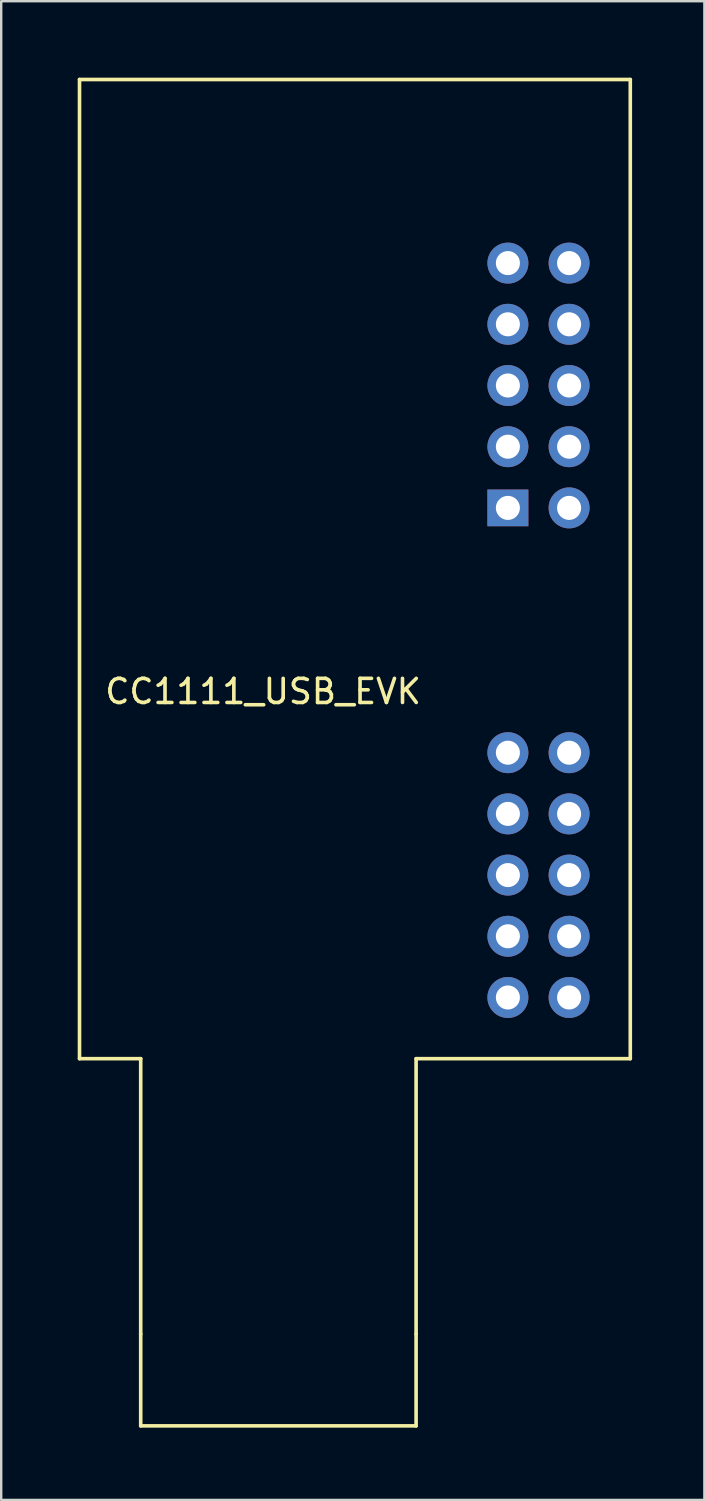
<source format=kicad_pcb>
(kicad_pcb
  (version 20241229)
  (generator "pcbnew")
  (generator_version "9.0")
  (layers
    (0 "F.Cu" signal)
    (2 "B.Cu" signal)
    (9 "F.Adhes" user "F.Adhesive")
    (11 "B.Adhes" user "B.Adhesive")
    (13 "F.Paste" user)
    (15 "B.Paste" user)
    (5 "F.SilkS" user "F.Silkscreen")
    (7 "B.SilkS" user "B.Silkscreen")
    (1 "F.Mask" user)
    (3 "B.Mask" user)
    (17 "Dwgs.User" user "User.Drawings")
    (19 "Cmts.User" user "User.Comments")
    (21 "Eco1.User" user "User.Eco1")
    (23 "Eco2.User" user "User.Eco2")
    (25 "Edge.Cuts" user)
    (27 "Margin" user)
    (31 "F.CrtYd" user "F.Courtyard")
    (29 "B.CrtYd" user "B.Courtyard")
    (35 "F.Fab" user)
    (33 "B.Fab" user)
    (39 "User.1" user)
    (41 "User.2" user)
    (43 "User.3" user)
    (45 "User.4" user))
  (footprint "CC1111_USB_EVK"
    (layer "F.Cu")
    (at 0.25 0.25)
    (property "Reference" "CC1111_USB_EVK" (at 7.62 25.4 0) (layer "F.SilkS") (effects (font (size 1 1) (thickness 0.15))))
    (attr through_hole)
    (fp_line (start 0 0) (end 22.86 0) (stroke (width 0.15) (type solid)) (layer "F.SilkS"))
    (fp_line (start 0 40.64) (end 0 0) (stroke (width 0.15) (type solid)) (layer "F.SilkS"))
    (fp_line (start 2.54 40.64) (end 0 40.64) (stroke (width 0.15) (type solid)) (layer "F.SilkS"))
    (fp_line (start 2.54 52.07) (end 2.54 40.64) (stroke (width 0.15) (type solid)) (layer "F.SilkS"))
    (fp_line (start 2.54 52.07) (end 2.54 55.88) (stroke (width 0.15) (type solid)) (layer "F.SilkS"))
    (fp_line (start 13.97 40.64) (end 13.97 52.07) (stroke (width 0.15) (type solid)) (layer "F.SilkS"))
    (fp_line (start 13.97 52.07) (end 13.97 55.88) (stroke (width 0.15) (type solid)) (layer "F.SilkS"))
    (fp_line (start 13.97 55.88) (end 2.54 55.88) (stroke (width 0.15) (type solid)) (layer "F.SilkS"))
    (fp_line (start 22.86 0) (end 22.86 40.64) (stroke (width 0.15) (type solid)) (layer "F.SilkS"))
    (fp_line (start 22.86 40.64) (end 13.97 40.64) (stroke (width 0.15) (type solid)) (layer "F.SilkS"))
    (pad "1" thru_hole rect (at 17.78 17.78) (size 1.7 1.524) (drill 1) (layers "*.Cu" "*.Mask"))
    (pad "2" thru_hole circle (at 20.32 17.78) (size 1.7 1.7) (drill 1) (layers "*.Cu" "*.Mask"))
    (pad "3" thru_hole circle (at 17.78 15.24) (size 1.7 1.7) (drill 1) (layers "*.Cu" "*.Mask"))
    (pad "4" thru_hole circle (at 20.32 15.24) (size 1.7 1.7) (drill 1) (layers "*.Cu" "*.Mask"))
    (pad "5" thru_hole circle (at 17.78 12.7) (size 1.7 1.7) (drill 1) (layers "*.Cu" "*.Mask"))
    (pad "6" thru_hole circle (at 20.32 12.7) (size 1.7 1.7) (drill 1) (layers "*.Cu" "*.Mask"))
    (pad "7" thru_hole circle (at 17.78 10.16) (size 1.7 1.7) (drill 1) (layers "*.Cu" "*.Mask"))
    (pad "8" thru_hole circle (at 20.32 10.16) (size 1.7 1.7) (drill 1) (layers "*.Cu" "*.Mask"))
    (pad "9" thru_hole circle (at 17.78 7.62) (size 1.7 1.7) (drill 1) (layers "*.Cu" "*.Mask"))
    (pad "10" thru_hole circle (at 20.32 7.62) (size 1.7 1.7) (drill 1) (layers "*.Cu" "*.Mask"))
    (pad "11" thru_hole circle (at 17.78 38.1) (size 1.7 1.7) (drill 1) (layers "*.Cu" "*.Mask"))
    (pad "12" thru_hole circle (at 20.32 38.1) (size 1.7 1.7) (drill 1) (layers "*.Cu" "*.Mask"))
    (pad "13" thru_hole circle (at 17.78 35.56) (size 1.7 1.7) (drill 1) (layers "*.Cu" "*.Mask"))
    (pad "14" thru_hole circle (at 20.32 35.56) (size 1.7 1.7) (drill 1) (layers "*.Cu" "*.Mask"))
    (pad "15" thru_hole circle (at 17.78 33.02) (size 1.7 1.7) (drill 1) (layers "*.Cu" "*.Mask"))
    (pad "16" thru_hole circle (at 20.32 33.02) (size 1.7 1.7) (drill 1) (layers "*.Cu" "*.Mask"))
    (pad "17" thru_hole circle (at 17.78 30.48) (size 1.7 1.7) (drill 1) (layers "*.Cu" "*.Mask"))
    (pad "18" thru_hole circle (at 20.32 30.48) (size 1.7 1.7) (drill 1) (layers "*.Cu" "*.Mask"))
    (pad "19" thru_hole circle (at 17.78 27.94) (size 1.7 1.7) (drill 1) (layers "*.Cu" "*.Mask"))
    (pad "20" thru_hole circle (at 20.32 27.94) (size 1.7 1.7) (drill 1) (layers "*.Cu" "*.Mask")))
  (gr_rect
    (start -3 -3)
    (end 26.185 59.205)
    (stroke (width 0.1) (type default))
    (fill no)
    (layer "Edge.Cuts")))
</source>
